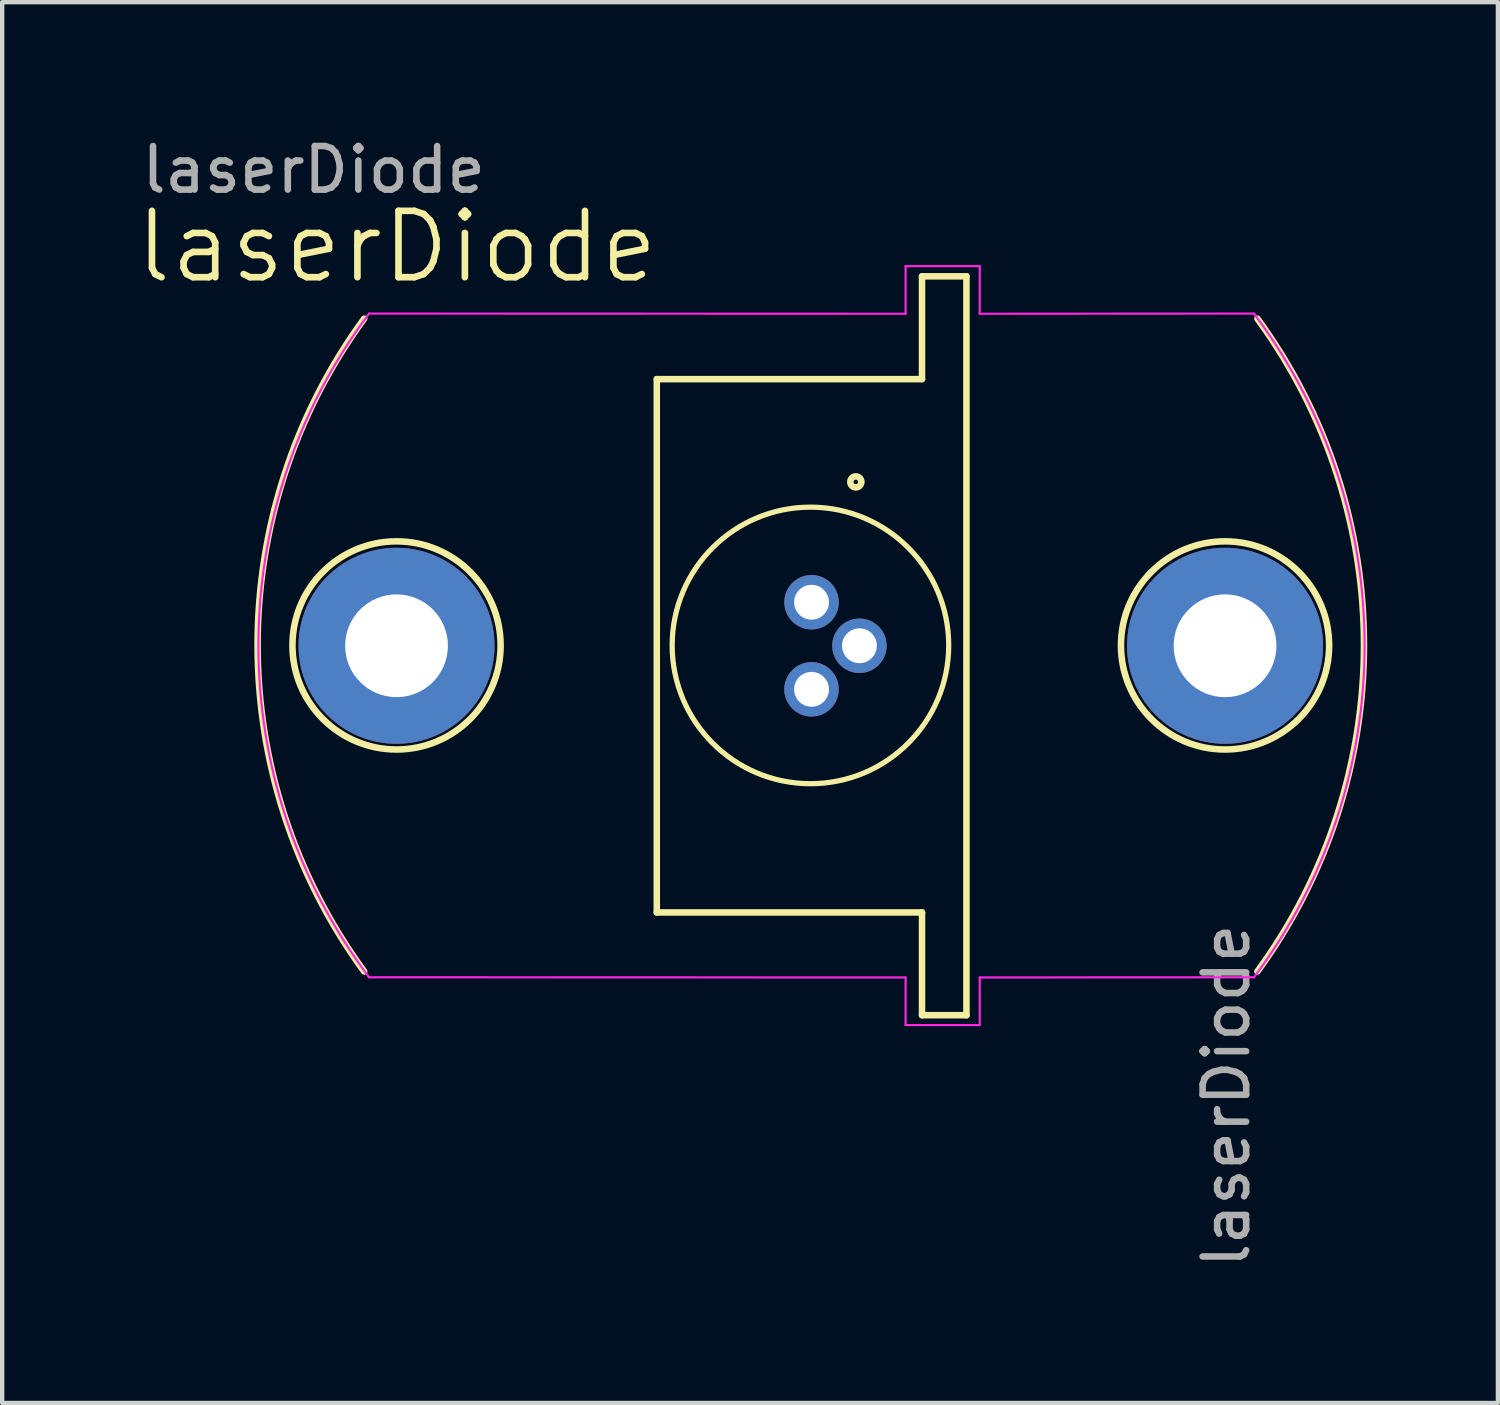
<source format=kicad_pcb>
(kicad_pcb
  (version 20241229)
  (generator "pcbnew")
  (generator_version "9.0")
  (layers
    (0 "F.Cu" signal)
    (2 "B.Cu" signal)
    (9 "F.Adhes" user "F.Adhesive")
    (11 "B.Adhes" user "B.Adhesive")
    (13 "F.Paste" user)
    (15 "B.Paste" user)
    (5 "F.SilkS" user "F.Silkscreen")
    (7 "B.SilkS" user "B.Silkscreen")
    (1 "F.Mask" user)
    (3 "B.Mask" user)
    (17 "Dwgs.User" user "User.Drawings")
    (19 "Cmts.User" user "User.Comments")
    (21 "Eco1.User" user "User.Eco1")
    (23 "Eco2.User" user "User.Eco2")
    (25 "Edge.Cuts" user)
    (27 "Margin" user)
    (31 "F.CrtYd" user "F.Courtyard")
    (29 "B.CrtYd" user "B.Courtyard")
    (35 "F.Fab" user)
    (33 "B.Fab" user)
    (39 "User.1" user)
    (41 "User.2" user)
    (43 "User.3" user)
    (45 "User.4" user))
  (footprint "laserDiode"
    (layer "F.Cu")
    (at 15.584 10.778)
    (property "Reference" "laserDiode" (at -9.52 -8.16 0) (unlocked yes) (layer "F.SilkS") (effects (font (size 1.524 1.524) (thickness 0.152))))
    (attr through_hole allow_soldermask_bridges)
    (fp_line (start -3.553 -5.123) (end 2.537 -5.123) (stroke (width 0.15) (type solid)) (layer "F.SilkS"))
    (fp_line (start -3.553 7.123) (end -3.553 -5.123) (stroke (width 0.15) (type solid)) (layer "F.SilkS"))
    (fp_line (start -3.553 7.123) (end 2.537 7.123) (stroke (width 0.15) (type solid)) (layer "F.SilkS"))
    (fp_line (start 2.537 -5.123) (end 2.537 -7.483) (stroke (width 0.15) (type solid)) (layer "F.SilkS"))
    (fp_line (start 2.537 7.123) (end 2.537 9.483) (stroke (width 0.15) (type solid)) (layer "F.SilkS"))
    (fp_line (start 3.557 -7.483) (end 2.537 -7.483) (stroke (width 0.15) (type solid)) (layer "F.SilkS"))
    (fp_line (start 3.557 -7.483) (end 3.557 9.483) (stroke (width 0.15) (type solid)) (layer "F.SilkS"))
    (fp_line (start 3.557 9.483) (end 2.537 9.483) (stroke (width 0.15) (type solid)) (layer "F.SilkS"))
    (fp_arc (start -10.271999 8.478699) (mid -12.718968 0.9837) (end -10.271999 -6.511299) (stroke (width 0.15) (type solid)) (layer "F.SilkS"))
    (fp_arc (start 10.237999 -6.511299) (mid 12.68497 0.9837) (end 10.237999 8.478699) (stroke (width 0.15) (type solid)) (layer "F.SilkS"))
    (fp_circle (center -9.529 0.992) (end -7.139 0.992) (stroke (width 0.15) (type solid)) (fill no) (layer "F.SilkS"))
    (fp_circle (center -0.025 0.992) (end 3.15 0.992) (stroke (width 0.12) (type solid)) (fill no) (layer "F.SilkS"))
    (fp_circle (center 1.017 -2.763) (end 1.144 -2.763) (stroke (width 0.15) (type solid)) (fill no) (layer "F.SilkS"))
    (fp_circle (center 9.495 0.992) (end 11.885 0.992) (stroke (width 0.15) (type solid)) (fill no) (layer "F.SilkS"))
    (fp_line (start -10.16 -6.628) (end 2.16 -6.624) (stroke (width 0.05) (type default)) (layer "F.CrtYd"))
    (fp_line (start -10.16 8.612) (end 2.16 8.616) (stroke (width 0.05) (type default)) (layer "F.CrtYd"))
    (fp_line (start 2.16 -7.716) (end 3.862 -7.716) (stroke (width 0.05) (type default)) (layer "F.CrtYd"))
    (fp_line (start 2.16 -6.624) (end 2.16 -7.716) (stroke (width 0.05) (type default)) (layer "F.CrtYd"))
    (fp_line (start 2.16 9.709) (end 2.16 8.616) (stroke (width 0.05) (type default)) (layer "F.CrtYd"))
    (fp_line (start 3.862 -7.716) (end 3.862 -6.624) (stroke (width 0.05) (type default)) (layer "F.CrtYd"))
    (fp_line (start 3.862 -6.624) (end 10.16 -6.628) (stroke (width 0.05) (type default)) (layer "F.CrtYd"))
    (fp_line (start 3.862 8.616) (end 3.862 9.709) (stroke (width 0.05) (type default)) (layer "F.CrtYd"))
    (fp_line (start 3.862 8.616) (end 10.16 8.612) (stroke (width 0.05) (type default)) (layer "F.CrtYd"))
    (fp_line (start 3.862 9.709) (end 2.16 9.709) (stroke (width 0.05) (type default)) (layer "F.CrtYd"))
    (fp_arc (start -10.16 8.6122) (mid -12.7 0.9922) (end -10.16 -6.6278) (stroke (width 0.05) (type default)) (layer "F.CrtYd"))
    (fp_arc (start 10.16 -6.6278) (mid 12.7 0.9922) (end 10.16 8.6122) (stroke (width 0.05) (type default)) (layer "F.CrtYd"))
    (fp_text user "${REFERENCE}" (at -11.43 -9.93 0) (unlocked yes) (layer "F.Fab") (effects (font (size 1 1) (thickness 0.15))))
    (fp_text user "${REFERENCE}" (at 9.525 11.332 90) (unlocked yes) (layer "F.Fab") (effects (font (size 1 1) (thickness 0.15))))
    (pad "1" thru_hole oval (at 0 0 90) (size 1.25 1.25) (drill oval 0.8) (layers "*.Cu" "*.Mask"))
    (pad "2" thru_hole oval (at 1.1 1 90) (size 1.25 1.25) (drill oval 0.8) (layers "*.Cu" "*.Mask"))
    (pad "3" thru_hole oval (at 0 2 90) (size 1.25 1.25) (drill oval 0.8) (layers "*.Cu" "*.Mask"))
    (pad "4" thru_hole circle (at -9.529 1) (size 4.5 4.5) (drill 2.36) (layers "*.Cu" "*.Mask"))
    (pad "4" thru_hole circle (at 9.495 1) (size 4.5 4.5) (drill 2.36) (layers "*.Cu" "*.Mask")))
  (gr_rect
    (start -3 -3)
    (end 31.344 29.164)
    (stroke (width 0.1) (type default))
    (fill no)
    (layer "Edge.Cuts")))
</source>
